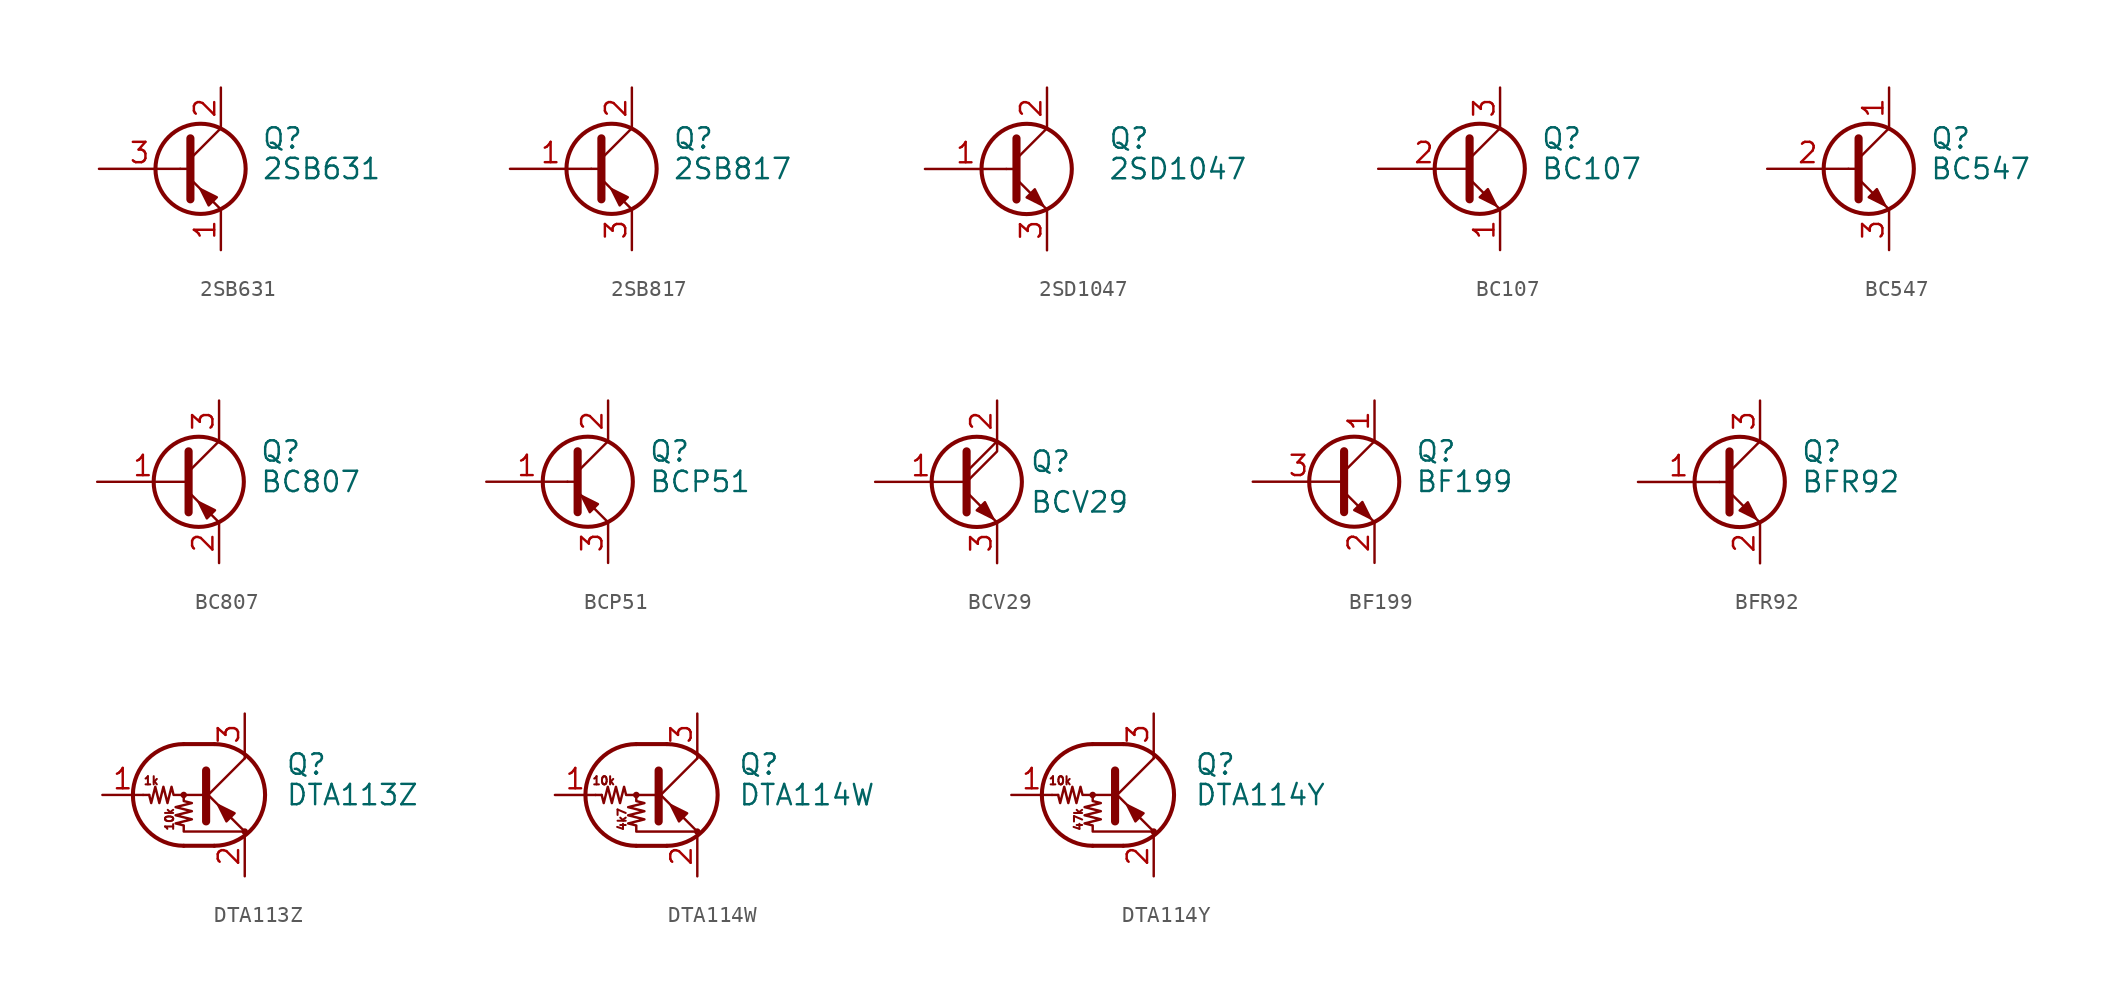
<source format=kicad_sym>
(kicad_symbol_lib
  (version 20220914)
  (generator kicad_symbol_editor)
  (symbol "2SB631"
    (pin_names
      (offset 0) hide)
    (property "Reference" "Q"
      (at 5.08 1.905 0)
      (effects (font (size 1.27 1.27)) (justify left)))
    (property "Value" "2SB631"
      (at 5.08 0 0)
      (effects (font (size 1.27 1.27)) (justify left)))
    (symbol "2SB631_0_1"
      (polyline (pts (xy 0 0) (xy 0.635 0)) (stroke (width 0) (type default)) (fill (type none)))
      (polyline (pts (xy 2.54 -2.54) (xy 0.635 -0.635)) (stroke (width 0) (type default)) (fill (type none)))
      (polyline (pts (xy 2.54 2.54) (xy 0.635 0.635)) (stroke (width 0) (type default)) (fill (type none)))
      (polyline (pts (xy 0.635 1.905) (xy 0.635 -1.905) (xy 0.635 -1.905)) (stroke (width 0.508) (type default)) (fill (type outline)))
      (polyline (pts (xy 1.778 -2.286) (xy 2.286 -1.778) (xy 1.27 -1.27) (xy 1.778 -2.286) (xy 1.778 -2.286)) (stroke (width 0) (type default)) (fill (type outline)))
      (circle (center 1.27 0) (radius 2.819) (stroke (width 0.254) (type default)) (fill (type none))))
    (symbol "2SB631_1_1"
      (pin passive line (at 2.54 -5.08 90) (length 2.54) (name "E" (effects (font (size 1.27 1.27)))) (number "1" (effects (font (size 1.27 1.27)))))
      (pin passive line (at 2.54 5.08 270) (length 2.54) (name "C" (effects (font (size 1.27 1.27)))) (number "2" (effects (font (size 1.27 1.27)))))
      (pin input line (at -5.08 0 0) (length 5.08) (name "B" (effects (font (size 1.27 1.27)))) (number "3" (effects (font (size 1.27 1.27)))))))
  (symbol "2SB817"
    (pin_names
      (offset 0) hide)
    (property "Reference" "Q"
      (at 5.08 1.905 0)
      (effects (font (size 1.27 1.27)) (justify left)))
    (property "Value" "2SB817"
      (at 5.08 0 0)
      (effects (font (size 1.27 1.27)) (justify left)))
    (symbol "2SB817_0_1"
      (polyline (pts (xy 0 0) (xy 0.635 0)) (stroke (width 0) (type default)) (fill (type none)))
      (polyline (pts (xy 2.54 2.54) (xy 0.635 0.635)) (stroke (width 0) (type default)) (fill (type none)))
      (polyline (pts (xy 0.635 -0.635) (xy 2.54 -2.54) (xy 2.54 -2.54)) (stroke (width 0) (type default)) (fill (type none)))
      (polyline (pts (xy 0.635 1.905) (xy 0.635 -1.905) (xy 0.635 -1.905)) (stroke (width 0.508) (type default)) (fill (type none)))
      (polyline (pts (xy 1.778 -2.286) (xy 2.286 -1.778) (xy 1.27 -1.27) (xy 1.778 -2.286) (xy 1.778 -2.286)) (stroke (width 0) (type default)) (fill (type outline)))
      (circle (center 1.27 0) (radius 2.819) (stroke (width 0.254) (type default)) (fill (type none))))
    (symbol "2SB817_1_1"
      (pin input line (at -5.08 0 0) (length 5.08) (name "B" (effects (font (size 1.27 1.27)))) (number "1" (effects (font (size 1.27 1.27)))))
      (pin passive line (at 2.54 5.08 270) (length 2.54) (name "C" (effects (font (size 1.27 1.27)))) (number "2" (effects (font (size 1.27 1.27)))))
      (pin passive line (at 2.54 -5.08 90) (length 2.54) (name "E" (effects (font (size 1.27 1.27)))) (number "3" (effects (font (size 1.27 1.27)))))))
  (symbol "2SD1047"
    (pin_names
      (offset 0) hide)
    (property "Reference" "Q"
      (at 6.35 1.905 0)
      (effects (font (size 1.27 1.27)) (justify left)))
    (property "Value" "2SD1047"
      (at 6.35 0 0)
      (effects (font (size 1.27 1.27)) (justify left)))
    (symbol "2SD1047_0_1"
      (polyline (pts (xy 0 0) (xy 0.762 0)) (stroke (width 0) (type default)) (fill (type none)))
      (polyline (pts (xy 0.635 0.635) (xy 2.54 2.54)) (stroke (width 0) (type default)) (fill (type none)))
      (polyline (pts (xy 0.635 -0.635) (xy 2.54 -2.54) (xy 2.54 -2.54)) (stroke (width 0) (type default)) (fill (type none)))
      (polyline (pts (xy 0.635 1.905) (xy 0.635 -1.905) (xy 0.635 -1.905)) (stroke (width 0.508) (type default)) (fill (type none)))
      (polyline (pts (xy 1.27 -1.778) (xy 1.778 -1.27) (xy 2.286 -2.286) (xy 1.27 -1.778) (xy 1.27 -1.778)) (stroke (width 0) (type default)) (fill (type outline)))
      (circle (center 1.27 0) (radius 2.819) (stroke (width 0.254) (type default)) (fill (type none))))
    (symbol "2SD1047_1_1"
      (pin input line (at -5.08 0 0) (length 5.08) (name "B" (effects (font (size 1.27 1.27)))) (number "1" (effects (font (size 1.27 1.27)))))
      (pin passive line (at 2.54 5.08 270) (length 2.54) (name "C" (effects (font (size 1.27 1.27)))) (number "2" (effects (font (size 1.27 1.27)))))
      (pin passive line (at 2.54 -5.08 90) (length 2.54) (name "E" (effects (font (size 1.27 1.27)))) (number "3" (effects (font (size 1.27 1.27)))))))
  (symbol "BC107"
    (pin_names
      (offset 0) hide)
    (property "Reference" "Q"
      (at 5.08 1.905 0)
      (effects (font (size 1.27 1.27)) (justify left)))
    (property "Value" "BC107"
      (at 5.08 0 0)
      (effects (font (size 1.27 1.27)) (justify left)))
    (symbol "BC107_0_1"
      (polyline (pts (xy 0.635 0.635) (xy 2.54 2.54)) (stroke (width 0) (type default)) (fill (type none)))
      (polyline (pts (xy 0.635 -0.635) (xy 2.54 -2.54) (xy 2.54 -2.54)) (stroke (width 0) (type default)) (fill (type none)))
      (polyline (pts (xy 0.635 1.905) (xy 0.635 -1.905) (xy 0.635 -1.905)) (stroke (width 0.508) (type default)) (fill (type none)))
      (polyline (pts (xy 1.27 -1.778) (xy 1.778 -1.27) (xy 2.286 -2.286) (xy 1.27 -1.778) (xy 1.27 -1.778)) (stroke (width 0) (type default)) (fill (type outline)))
      (circle (center 1.27 0) (radius 2.819) (stroke (width 0.254) (type default)) (fill (type none))))
    (symbol "BC107_1_1"
      (pin passive line (at 2.54 -5.08 90) (length 2.54) (name "E" (effects (font (size 1.27 1.27)))) (number "1" (effects (font (size 1.27 1.27)))))
      (pin input line (at -5.08 0 0) (length 5.715) (name "B" (effects (font (size 1.27 1.27)))) (number "2" (effects (font (size 1.27 1.27)))))
      (pin passive line (at 2.54 5.08 270) (length 2.54) (name "C" (effects (font (size 1.27 1.27)))) (number "3" (effects (font (size 1.27 1.27)))))))
  (symbol "BC547"
    (pin_names
      (offset 0) hide)
    (property "Reference" "Q"
      (at 5.08 1.905 0)
      (effects (font (size 1.27 1.27)) (justify left)))
    (property "Value" "BC547"
      (at 5.08 0 0)
      (effects (font (size 1.27 1.27)) (justify left)))
    (symbol "BC547_0_1"
      (polyline (pts (xy 0 0) (xy 0.635 0)) (stroke (width 0) (type default)) (fill (type none)))
      (polyline (pts (xy 0.635 0.635) (xy 2.54 2.54)) (stroke (width 0) (type default)) (fill (type none)))
      (polyline (pts (xy 0.635 -0.635) (xy 2.54 -2.54) (xy 2.54 -2.54)) (stroke (width 0) (type default)) (fill (type none)))
      (polyline (pts (xy 0.635 1.905) (xy 0.635 -1.905) (xy 0.635 -1.905)) (stroke (width 0.508) (type default)) (fill (type none)))
      (polyline (pts (xy 1.27 -1.778) (xy 1.778 -1.27) (xy 2.286 -2.286) (xy 1.27 -1.778) (xy 1.27 -1.778)) (stroke (width 0) (type default)) (fill (type outline)))
      (circle (center 1.27 0) (radius 2.819) (stroke (width 0.254) (type default)) (fill (type none))))
    (symbol "BC547_1_1"
      (pin passive line (at 2.54 5.08 270) (length 2.54) (name "C" (effects (font (size 1.27 1.27)))) (number "1" (effects (font (size 1.27 1.27)))))
      (pin input line (at -5.08 0 0) (length 5.08) (name "B" (effects (font (size 1.27 1.27)))) (number "2" (effects (font (size 1.27 1.27)))))
      (pin passive line (at 2.54 -5.08 90) (length 2.54) (name "E" (effects (font (size 1.27 1.27)))) (number "3" (effects (font (size 1.27 1.27)))))))
  (symbol "BC807"
    (pin_names
      (offset 0) hide)
    (property "Reference" "Q"
      (at 5.08 1.905 0)
      (effects (font (size 1.27 1.27)) (justify left)))
    (property "Value" "BC807"
      (at 5.08 0 0)
      (effects (font (size 1.27 1.27)) (justify left)))
    (symbol "BC807_0_1"
      (polyline (pts (xy 0.635 0.635) (xy 2.54 2.54)) (stroke (width 0) (type default)) (fill (type none)))
      (polyline (pts (xy 0.635 -0.635) (xy 2.54 -2.54) (xy 2.54 -2.54)) (stroke (width 0) (type default)) (fill (type none)))
      (polyline (pts (xy 0.635 1.905) (xy 0.635 -1.905) (xy 0.635 -1.905)) (stroke (width 0.508) (type default)) (fill (type none)))
      (polyline (pts (xy 2.286 -1.778) (xy 1.778 -2.286) (xy 1.27 -1.27) (xy 2.286 -1.778) (xy 2.286 -1.778)) (stroke (width 0) (type default)) (fill (type outline)))
      (circle (center 1.27 0) (radius 2.819) (stroke (width 0.254) (type default)) (fill (type none))))
    (symbol "BC807_1_1"
      (pin input line (at -5.08 0 0) (length 5.715) (name "B" (effects (font (size 1.27 1.27)))) (number "1" (effects (font (size 1.27 1.27)))))
      (pin passive line (at 2.54 -5.08 90) (length 2.54) (name "E" (effects (font (size 1.27 1.27)))) (number "2" (effects (font (size 1.27 1.27)))))
      (pin passive line (at 2.54 5.08 270) (length 2.54) (name "C" (effects (font (size 1.27 1.27)))) (number "3" (effects (font (size 1.27 1.27)))))))
  (symbol "BCP51"
    (pin_names
      (offset 0) hide)
    (property "Reference" "Q"
      (at 5.08 1.905 0)
      (effects (font (size 1.27 1.27)) (justify left)))
    (property "Value" "BCP51"
      (at 5.08 0 0)
      (effects (font (size 1.27 1.27)) (justify left)))
    (symbol "BCP51_0_1"
      (polyline (pts (xy 0 0) (xy 0.635 0)) (stroke (width 0) (type default)) (fill (type none)))
      (polyline (pts (xy 2.54 -2.54) (xy 0.635 -0.635)) (stroke (width 0) (type default)) (fill (type none)))
      (polyline (pts (xy 2.54 2.54) (xy 0.635 0.635)) (stroke (width 0) (type default)) (fill (type none)))
      (polyline (pts (xy 0.635 1.905) (xy 0.635 -1.905) (xy 0.635 -1.905)) (stroke (width 0.508) (type default)) (fill (type outline)))
      (polyline (pts (xy 1.397 -1.905) (xy 1.905 -1.397) (xy 0.889 -0.889) (xy 1.397 -1.905) (xy 1.397 -1.905)) (stroke (width 0) (type default)) (fill (type outline)))
      (circle (center 1.27 0) (radius 2.819) (stroke (width 0.254) (type default)) (fill (type none))))
    (symbol "BCP51_1_1"
      (pin input line (at -5.08 0 0) (length 5.08) (name "B" (effects (font (size 1.27 1.27)))) (number "1" (effects (font (size 1.27 1.27)))))
      (pin passive line (at 2.54 5.08 270) (length 2.54) (name "C" (effects (font (size 1.27 1.27)))) (number "2" (effects (font (size 1.27 1.27)))))
      (pin passive line (at 2.54 -5.08 90) (length 2.54) (name "E" (effects (font (size 1.27 1.27)))) (number "3" (effects (font (size 1.27 1.27)))))))
  (symbol "BCV29"
    (pin_names
      (offset 0) hide)
    (property "Reference" "Q"
      (at 4.572 1.27 0)
      (effects (font (size 1.27 1.27)) (justify left)))
    (property "Value" "BCV29"
      (at 4.572 -1.27 0)
      (effects (font (size 1.27 1.27)) (justify left)))
    (symbol "BCV29_0_1"
      (polyline (pts (xy 0.635 0.635) (xy 2.54 2.54)) (stroke (width 0) (type default)) (fill (type none)))
      (polyline (pts (xy 0.635 -0.635) (xy 2.54 -2.54) (xy 2.54 -2.54)) (stroke (width 0) (type default)) (fill (type none)))
      (polyline (pts (xy 0.635 0) (xy 2.54 1.905) (xy 2.54 2.54)) (stroke (width 0) (type default)) (fill (type none)))
      (polyline (pts (xy 0.635 1.905) (xy 0.635 -1.905) (xy 0.635 -1.905)) (stroke (width 0.508) (type default)) (fill (type none)))
      (polyline (pts (xy 1.27 -1.778) (xy 1.778 -1.27) (xy 2.286 -2.286) (xy 1.27 -1.778) (xy 1.27 -1.778)) (stroke (width 0) (type default)) (fill (type outline)))
      (circle (center 1.27 0) (radius 2.819) (stroke (width 0.254) (type default)) (fill (type none))))
    (symbol "BCV29_1_1"
      (pin input line (at -5.08 0 0) (length 5.715) (name "B" (effects (font (size 1.27 1.27)))) (number "1" (effects (font (size 1.27 1.27)))))
      (pin passive line (at 2.54 5.08 270) (length 2.54) (name "C" (effects (font (size 1.27 1.27)))) (number "2" (effects (font (size 1.27 1.27)))))
      (pin passive line (at 2.54 -5.08 90) (length 2.54) (name "E" (effects (font (size 1.27 1.27)))) (number "3" (effects (font (size 1.27 1.27)))))))
  (symbol "BF199"
    (pin_names
      (offset 0) hide)
    (property "Reference" "Q"
      (at 5.08 1.905 0)
      (effects (font (size 1.27 1.27)) (justify left)))
    (property "Value" "BF199"
      (at 5.08 0 0)
      (effects (font (size 1.27 1.27)) (justify left)))
    (symbol "BF199_0_1"
      (polyline (pts (xy 0.635 0.635) (xy 2.54 2.54)) (stroke (width 0) (type default)) (fill (type none)))
      (polyline (pts (xy 0.635 -0.635) (xy 2.54 -2.54) (xy 2.54 -2.54)) (stroke (width 0) (type default)) (fill (type none)))
      (polyline (pts (xy 0.635 1.905) (xy 0.635 -1.905) (xy 0.635 -1.905)) (stroke (width 0.508) (type default)) (fill (type none)))
      (polyline (pts (xy 1.27 -1.778) (xy 1.778 -1.27) (xy 2.286 -2.286) (xy 1.27 -1.778) (xy 1.27 -1.778)) (stroke (width 0) (type default)) (fill (type outline)))
      (circle (center 1.27 0) (radius 2.819) (stroke (width 0.254) (type default)) (fill (type none))))
    (symbol "BF199_1_1"
      (pin passive line (at 2.54 5.08 270) (length 2.54) (name "C" (effects (font (size 1.27 1.27)))) (number "1" (effects (font (size 1.27 1.27)))))
      (pin passive line (at 2.54 -5.08 90) (length 2.54) (name "E" (effects (font (size 1.27 1.27)))) (number "2" (effects (font (size 1.27 1.27)))))
      (pin input line (at -5.08 0 0) (length 5.715) (name "B" (effects (font (size 1.27 1.27)))) (number "3" (effects (font (size 1.27 1.27)))))))
  (symbol "BFR92"
    (pin_names
      (offset 0) hide)
    (property "Reference" "Q"
      (at 5.08 1.905 0)
      (effects (font (size 1.27 1.27)) (justify left)))
    (property "Value" "BFR92"
      (at 5.08 0 0)
      (effects (font (size 1.27 1.27)) (justify left)))
    (symbol "BFR92_0_1"
      (polyline (pts (xy 0 0) (xy 0.635 0)) (stroke (width 0) (type default)) (fill (type none)))
      (polyline (pts (xy 0.635 0.635) (xy 2.54 2.54)) (stroke (width 0) (type default)) (fill (type none)))
      (polyline (pts (xy 2.54 -2.54) (xy 0.635 -0.635)) (stroke (width 0) (type default)) (fill (type none)))
      (polyline (pts (xy 0.635 1.905) (xy 0.635 0) (xy 0.635 -1.905) (xy 0.635 -1.905)) (stroke (width 0.508) (type default)) (fill (type none)))
      (polyline (pts (xy 2.286 -2.286) (xy 1.778 -1.27) (xy 1.27 -1.778) (xy 2.286 -2.286) (xy 2.286 -2.286)) (stroke (width 0) (type default)) (fill (type outline)))
      (circle (center 1.27 0) (radius 2.819) (stroke (width 0.254) (type default)) (fill (type none))))
    (symbol "BFR92_1_1"
      (pin input line (at -5.08 0 0) (length 5.08) (name "B" (effects (font (size 1.27 1.27)))) (number "1" (effects (font (size 1.27 1.27)))))
      (pin passive line (at 2.54 -5.08 90) (length 2.54) (name "E" (effects (font (size 1.27 1.27)))) (number "2" (effects (font (size 1.27 1.27)))))
      (pin passive line (at 2.54 5.08 270) (length 2.54) (name "C" (effects (font (size 1.27 1.27)))) (number "3" (effects (font (size 1.27 1.27)))))))
  (symbol "DTA113Z"
    (pin_names
      (offset 0) hide)
    (property "Reference" "Q"
      (at 5.08 1.905 0)
      (effects (font (size 1.27 1.27)) (justify left)))
    (property "Value" "DTA113Z"
      (at 5.08 0 0)
      (effects (font (size 1.27 1.27)) (justify left)))
    (symbol "DTA113Z_0_0"
      (text "10k" (at -2.159 -1.524 900) (effects (font (size 0.508 0.508))))
      (text "1k" (at -3.302 0.889 0) (effects (font (size 0.508 0.508)))))
    (symbol "DTA113Z_0_1"
      (circle (center -1.27 0) (radius 0.127) (stroke (width 0) (type default)) (fill (type none)))
      (arc (start -1.27 3.175) (mid -4.4312 0) (end -1.27 -3.175) (stroke (width 0.254) (type default)) (fill (type none)))
      (polyline (pts (xy -3.429 0) (xy -3.81 0)) (stroke (width 0) (type default)) (fill (type none)))
      (polyline (pts (xy -1.27 -3.175) (xy 0.635 -3.175)) (stroke (width 0.254) (type default)) (fill (type none)))
      (polyline (pts (xy -1.27 3.175) (xy 0.635 3.175)) (stroke (width 0.254) (type default)) (fill (type none)))
      (polyline (pts (xy 0 -0.254) (xy 2.54 2.286)) (stroke (width 0) (type default)) (fill (type none)))
      (polyline (pts (xy 0.127 1.524) (xy 0.127 -1.651)) (stroke (width 0.508) (type default)) (fill (type outline)))
      (polyline (pts (xy 2.54 2.286) (xy 2.54 2.54)) (stroke (width 0) (type default)) (fill (type none)))
      (polyline (pts (xy 2.54 -2.286) (xy 0 0.254) (xy 0 0.254)) (stroke (width 0) (type default)) (fill (type none)))
      (polyline (pts (xy 1.397 -1.651) (xy 1.905 -1.143) (xy 0.889 -0.635) (xy 1.397 -1.651)) (stroke (width 0) (type default)) (fill (type outline)))
      (polyline (pts (xy 0 0) (xy -1.905 0) (xy -2.032 0.508) (xy -2.286 -0.508) (xy -2.54 0.508) (xy -2.794 -0.508) (xy -3.048 0.508) (xy -3.302 -0.508) (xy -3.429 0)) (stroke (width 0) (type default)) (fill (type none)))
      (polyline (pts (xy -1.27 0) (xy -1.27 -0.381) (xy -0.762 -0.508) (xy -1.778 -0.762) (xy -0.762 -1.016) (xy -1.778 -1.27) (xy -0.762 -1.524) (xy -1.778 -1.778) (xy -1.27 -1.905) (xy -1.27 -2.286) (xy 2.54 -2.286)) (stroke (width 0) (type default)) (fill (type none)))
      (arc (start 0.635 -3.175) (mid 3.7962 0) (end 0.635 3.175) (stroke (width 0.254) (type default)) (fill (type none)))
      (circle (center 2.54 -2.286) (radius 0.127) (stroke (width 0) (type default)) (fill (type none))))
    (symbol "DTA113Z_1_1"
      (pin input line (at -6.35 0 0) (length 2.54) (name "B" (effects (font (size 1.27 1.27)))) (number "1" (effects (font (size 1.27 1.27)))))
      (pin passive line (at 2.54 -5.08 90) (length 2.54) (name "E" (effects (font (size 1.27 1.27)))) (number "2" (effects (font (size 1.27 1.27)))))
      (pin passive line (at 2.54 5.08 270) (length 2.54) (name "C" (effects (font (size 1.27 1.27)))) (number "3" (effects (font (size 1.27 1.27)))))))
  (symbol "DTA114W"
    (pin_names
      (offset 0) hide)
    (property "Reference" "Q"
      (at 5.08 1.905 0)
      (effects (font (size 1.27 1.27)) (justify left)))
    (property "Value" "DTA114W"
      (at 5.08 0 0)
      (effects (font (size 1.27 1.27)) (justify left)))
    (symbol "DTA114W_0_0"
      (text "10k" (at -3.302 0.889 0) (effects (font (size 0.508 0.508))))
      (text "4k7" (at -2.159 -1.524 900) (effects (font (size 0.508 0.508)))))
    (symbol "DTA114W_0_1"
      (circle (center -1.27 0) (radius 0.127) (stroke (width 0) (type default)) (fill (type none)))
      (arc (start -1.27 3.175) (mid -4.4312 0) (end -1.27 -3.175) (stroke (width 0.254) (type default)) (fill (type none)))
      (polyline (pts (xy -3.429 0) (xy -3.81 0)) (stroke (width 0) (type default)) (fill (type none)))
      (polyline (pts (xy -1.27 -3.175) (xy 0.635 -3.175)) (stroke (width 0.254) (type default)) (fill (type none)))
      (polyline (pts (xy -1.27 3.175) (xy 0.635 3.175)) (stroke (width 0.254) (type default)) (fill (type none)))
      (polyline (pts (xy 0 -0.254) (xy 2.54 2.286)) (stroke (width 0) (type default)) (fill (type none)))
      (polyline (pts (xy 0.127 1.524) (xy 0.127 -1.651)) (stroke (width 0.508) (type default)) (fill (type outline)))
      (polyline (pts (xy 2.54 2.286) (xy 2.54 2.54)) (stroke (width 0) (type default)) (fill (type none)))
      (polyline (pts (xy 2.54 -2.286) (xy 0 0.254) (xy 0 0.254)) (stroke (width 0) (type default)) (fill (type none)))
      (polyline (pts (xy 1.397 -1.651) (xy 1.905 -1.143) (xy 0.889 -0.635) (xy 1.397 -1.651)) (stroke (width 0) (type default)) (fill (type outline)))
      (polyline (pts (xy 0 0) (xy -1.905 0) (xy -2.032 0.508) (xy -2.286 -0.508) (xy -2.54 0.508) (xy -2.794 -0.508) (xy -3.048 0.508) (xy -3.302 -0.508) (xy -3.429 0)) (stroke (width 0) (type default)) (fill (type none)))
      (polyline (pts (xy -1.27 0) (xy -1.27 -0.381) (xy -0.762 -0.508) (xy -1.778 -0.762) (xy -0.762 -1.016) (xy -1.778 -1.27) (xy -0.762 -1.524) (xy -1.778 -1.778) (xy -1.27 -1.905) (xy -1.27 -2.286) (xy 2.54 -2.286)) (stroke (width 0) (type default)) (fill (type none)))
      (arc (start 0.635 -3.175) (mid 3.7962 0) (end 0.635 3.175) (stroke (width 0.254) (type default)) (fill (type none)))
      (circle (center 2.54 -2.286) (radius 0.127) (stroke (width 0) (type default)) (fill (type none))))
    (symbol "DTA114W_1_1"
      (pin input line (at -6.35 0 0) (length 2.54) (name "B" (effects (font (size 1.27 1.27)))) (number "1" (effects (font (size 1.27 1.27)))))
      (pin passive line (at 2.54 -5.08 90) (length 2.54) (name "E" (effects (font (size 1.27 1.27)))) (number "2" (effects (font (size 1.27 1.27)))))
      (pin passive line (at 2.54 5.08 270) (length 2.54) (name "C" (effects (font (size 1.27 1.27)))) (number "3" (effects (font (size 1.27 1.27)))))))
  (symbol "DTA114Y"
    (pin_names
      (offset 0) hide)
    (property "Reference" "Q"
      (at 5.08 1.905 0)
      (effects (font (size 1.27 1.27)) (justify left)))
    (property "Value" "DTA114Y"
      (at 5.08 0 0)
      (effects (font (size 1.27 1.27)) (justify left)))
    (symbol "DTA114Y_0_0"
      (text "10k" (at -3.302 0.889 0) (effects (font (size 0.508 0.508))))
      (text "47k" (at -2.159 -1.524 900) (effects (font (size 0.508 0.508)))))
    (symbol "DTA114Y_0_1"
      (circle (center -1.27 0) (radius 0.127) (stroke (width 0) (type default)) (fill (type none)))
      (arc (start -1.27 3.175) (mid -4.4312 0) (end -1.27 -3.175) (stroke (width 0.254) (type default)) (fill (type none)))
      (polyline (pts (xy -3.429 0) (xy -3.81 0)) (stroke (width 0) (type default)) (fill (type none)))
      (polyline (pts (xy -1.27 -3.175) (xy 0.635 -3.175)) (stroke (width 0.254) (type default)) (fill (type none)))
      (polyline (pts (xy -1.27 3.175) (xy 0.635 3.175)) (stroke (width 0.254) (type default)) (fill (type none)))
      (polyline (pts (xy 0 -0.254) (xy 2.54 2.286)) (stroke (width 0) (type default)) (fill (type none)))
      (polyline (pts (xy 0.127 1.524) (xy 0.127 -1.651)) (stroke (width 0.508) (type default)) (fill (type outline)))
      (polyline (pts (xy 2.54 2.286) (xy 2.54 2.54)) (stroke (width 0) (type default)) (fill (type none)))
      (polyline (pts (xy 2.54 -2.286) (xy 0 0.254) (xy 0 0.254)) (stroke (width 0) (type default)) (fill (type none)))
      (polyline (pts (xy 1.397 -1.651) (xy 1.905 -1.143) (xy 0.889 -0.635) (xy 1.397 -1.651)) (stroke (width 0) (type default)) (fill (type outline)))
      (polyline (pts (xy 0 0) (xy -1.905 0) (xy -2.032 0.508) (xy -2.286 -0.508) (xy -2.54 0.508) (xy -2.794 -0.508) (xy -3.048 0.508) (xy -3.302 -0.508) (xy -3.429 0)) (stroke (width 0) (type default)) (fill (type none)))
      (polyline (pts (xy -1.27 0) (xy -1.27 -0.381) (xy -0.762 -0.508) (xy -1.778 -0.762) (xy -0.762 -1.016) (xy -1.778 -1.27) (xy -0.762 -1.524) (xy -1.778 -1.778) (xy -1.27 -1.905) (xy -1.27 -2.286) (xy 2.54 -2.286)) (stroke (width 0) (type default)) (fill (type none)))
      (arc (start 0.635 -3.175) (mid 3.7962 0) (end 0.635 3.175) (stroke (width 0.254) (type default)) (fill (type none)))
      (circle (center 2.54 -2.286) (radius 0.127) (stroke (width 0) (type default)) (fill (type none))))
    (symbol "DTA114Y_1_1"
      (pin input line (at -6.35 0 0) (length 2.54) (name "B" (effects (font (size 1.27 1.27)))) (number "1" (effects (font (size 1.27 1.27)))))
      (pin passive line (at 2.54 -5.08 90) (length 2.54) (name "E" (effects (font (size 1.27 1.27)))) (number "2" (effects (font (size 1.27 1.27)))))
      (pin passive line (at 2.54 5.08 270) (length 2.54) (name "C" (effects (font (size 1.27 1.27)))) (number "3" (effects (font (size 1.27 1.27))))))))
</source>
